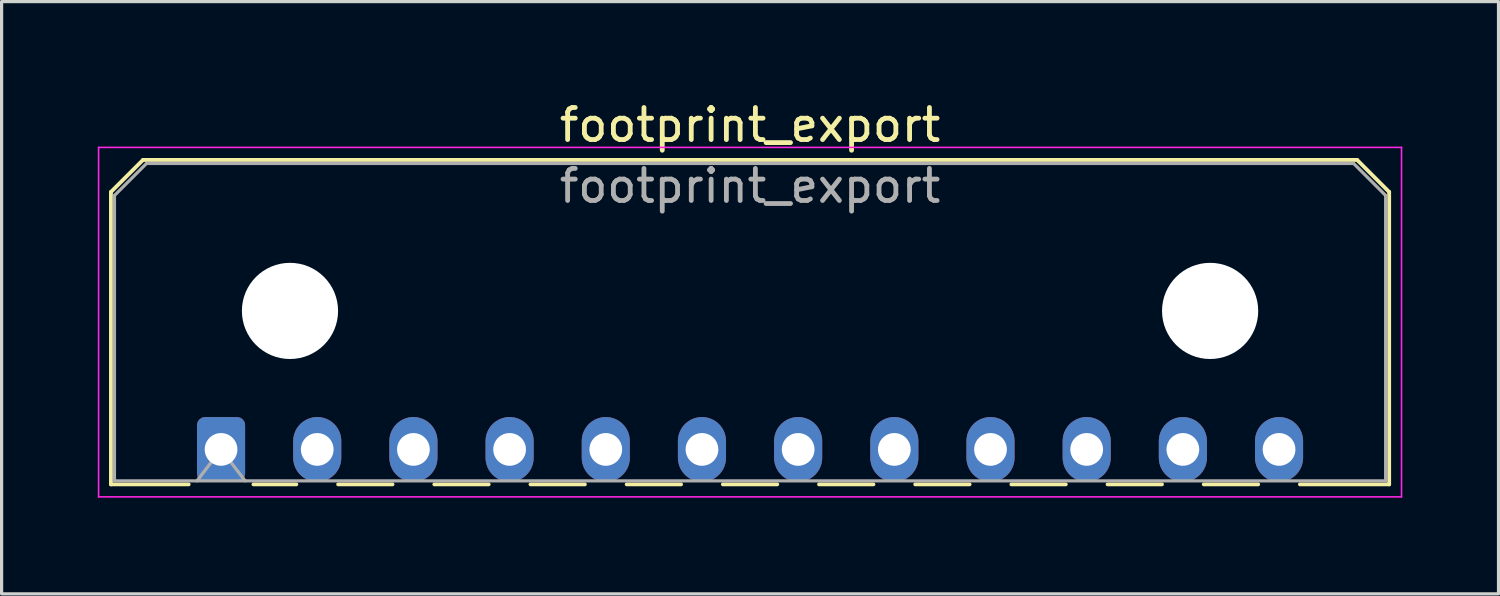
<source format=kicad_pcb>
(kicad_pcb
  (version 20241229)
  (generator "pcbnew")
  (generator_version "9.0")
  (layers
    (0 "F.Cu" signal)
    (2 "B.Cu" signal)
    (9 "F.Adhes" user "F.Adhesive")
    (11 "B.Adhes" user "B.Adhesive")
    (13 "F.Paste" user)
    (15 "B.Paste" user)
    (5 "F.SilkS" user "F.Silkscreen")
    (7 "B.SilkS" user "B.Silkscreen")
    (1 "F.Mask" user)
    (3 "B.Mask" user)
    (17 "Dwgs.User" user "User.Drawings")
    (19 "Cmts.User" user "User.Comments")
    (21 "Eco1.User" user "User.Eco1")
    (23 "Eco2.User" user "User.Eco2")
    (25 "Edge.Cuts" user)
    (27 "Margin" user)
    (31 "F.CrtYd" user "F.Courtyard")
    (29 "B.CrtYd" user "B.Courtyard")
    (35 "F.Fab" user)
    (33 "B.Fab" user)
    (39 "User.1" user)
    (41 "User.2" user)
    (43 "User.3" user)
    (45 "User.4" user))
  (footprint "footprint_export"
    (layer "F.Cu")
    (at 3.845 10.968)
    (property "Reference" "footprint_export" (at 16.5 -10.12 0) (layer "F.SilkS") (effects (font (size 1 1) (thickness 0.15))))
    (attr through_hole)
    (fp_line (start -3.435 -8.03) (end -2.435 -9.03) (stroke (width 0.12) (type solid)) (layer "F.SilkS"))
    (fp_line (start -3.435 1.09) (end -3.435 -8.03) (stroke (width 0.12) (type solid)) (layer "F.SilkS"))
    (fp_line (start -3.435 1.09) (end -1.01 1.09) (stroke (width 0.12) (type solid)) (layer "F.SilkS"))
    (fp_line (start -2.435 -9.03) (end 35.435 -9.03) (stroke (width 0.12) (type solid)) (layer "F.SilkS"))
    (fp_line (start 1.01 1.09) (end 2.348 1.09) (stroke (width 0.12) (type solid)) (layer "F.SilkS"))
    (fp_line (start 3.652 1.09) (end 5.348 1.09) (stroke (width 0.12) (type solid)) (layer "F.SilkS"))
    (fp_line (start 6.652 1.09) (end 8.348 1.09) (stroke (width 0.12) (type solid)) (layer "F.SilkS"))
    (fp_line (start 9.652 1.09) (end 11.348 1.09) (stroke (width 0.12) (type solid)) (layer "F.SilkS"))
    (fp_line (start 12.652 1.09) (end 14.348 1.09) (stroke (width 0.12) (type solid)) (layer "F.SilkS"))
    (fp_line (start 15.652 1.09) (end 17.348 1.09) (stroke (width 0.12) (type solid)) (layer "F.SilkS"))
    (fp_line (start 18.652 1.09) (end 20.348 1.09) (stroke (width 0.12) (type solid)) (layer "F.SilkS"))
    (fp_line (start 21.652 1.09) (end 23.348 1.09) (stroke (width 0.12) (type solid)) (layer "F.SilkS"))
    (fp_line (start 24.652 1.09) (end 26.348 1.09) (stroke (width 0.12) (type solid)) (layer "F.SilkS"))
    (fp_line (start 27.652 1.09) (end 29.348 1.09) (stroke (width 0.12) (type solid)) (layer "F.SilkS"))
    (fp_line (start 30.652 1.09) (end 32.348 1.09) (stroke (width 0.12) (type solid)) (layer "F.SilkS"))
    (fp_line (start 35.435 -9.03) (end 36.435 -8.03) (stroke (width 0.12) (type solid)) (layer "F.SilkS"))
    (fp_line (start 36.435 -8.03) (end 36.435 1.09) (stroke (width 0.12) (type solid)) (layer "F.SilkS"))
    (fp_line (start 36.435 1.09) (end 33.652 1.09) (stroke (width 0.12) (type solid)) (layer "F.SilkS"))
    (fp_line (start -3.82 -9.42) (end 36.82 -9.42) (stroke (width 0.05) (type solid)) (layer "F.CrtYd"))
    (fp_line (start -3.82 1.48) (end -3.82 -9.42) (stroke (width 0.05) (type solid)) (layer "F.CrtYd"))
    (fp_line (start 36.82 -9.42) (end 36.82 1.48) (stroke (width 0.05) (type solid)) (layer "F.CrtYd"))
    (fp_line (start 36.82 1.48) (end -3.82 1.48) (stroke (width 0.05) (type solid)) (layer "F.CrtYd"))
    (fp_line (start -3.325 -7.92) (end -2.325 -8.92) (stroke (width 0.1) (type solid)) (layer "F.Fab"))
    (fp_line (start -3.325 0.98) (end -3.325 -7.92) (stroke (width 0.1) (type solid)) (layer "F.Fab"))
    (fp_line (start -2.325 -8.92) (end 35.325 -8.92) (stroke (width 0.1) (type solid)) (layer "F.Fab"))
    (fp_line (start -0.75 0.98) (end 0 0) (stroke (width 0.1) (type solid)) (layer "F.Fab"))
    (fp_line (start 0 0) (end 0.75 0.98) (stroke (width 0.1) (type solid)) (layer "F.Fab"))
    (fp_line (start 35.325 -8.92) (end 36.325 -7.92) (stroke (width 0.1) (type solid)) (layer "F.Fab"))
    (fp_line (start 36.325 -7.92) (end 36.325 0.98) (stroke (width 0.1) (type solid)) (layer "F.Fab"))
    (fp_line (start 36.325 0.98) (end -3.325 0.98) (stroke (width 0.1) (type solid)) (layer "F.Fab"))
    (fp_text user "${REFERENCE}" (at 16.5 -8.22 0) (layer "F.Fab") (effects (font (size 1 1) (thickness 0.15))))
    (pad "" np_thru_hole circle (at 2.15 -4.32) (size 3 3) (drill 3) (layers "*.Cu" "*.Mask"))
    (pad "" np_thru_hole circle (at 30.85 -4.32) (size 3 3) (drill 3) (layers "*.Cu" "*.Mask"))
    (pad "1" thru_hole roundrect (at 0 0) (size 1.5 2.02) (drill 1.02) (layers "*.Cu" "*.Mask") (roundrect_rratio 0.167))
    (pad "2" thru_hole oval (at 3 0) (size 1.5 2.02) (drill 1.02) (layers "*.Cu" "*.Mask"))
    (pad "3" thru_hole oval (at 6 0) (size 1.5 2.02) (drill 1.02) (layers "*.Cu" "*.Mask"))
    (pad "4" thru_hole oval (at 9 0) (size 1.5 2.02) (drill 1.02) (layers "*.Cu" "*.Mask"))
    (pad "5" thru_hole oval (at 12 0) (size 1.5 2.02) (drill 1.02) (layers "*.Cu" "*.Mask"))
    (pad "6" thru_hole oval (at 15 0) (size 1.5 2.02) (drill 1.02) (layers "*.Cu" "*.Mask"))
    (pad "7" thru_hole oval (at 18 0) (size 1.5 2.02) (drill 1.02) (layers "*.Cu" "*.Mask"))
    (pad "8" thru_hole oval (at 21 0) (size 1.5 2.02) (drill 1.02) (layers "*.Cu" "*.Mask"))
    (pad "9" thru_hole oval (at 24 0) (size 1.5 2.02) (drill 1.02) (layers "*.Cu" "*.Mask"))
    (pad "10" thru_hole oval (at 27 0) (size 1.5 2.02) (drill 1.02) (layers "*.Cu" "*.Mask"))
    (pad "11" thru_hole oval (at 30 0) (size 1.5 2.02) (drill 1.02) (layers "*.Cu" "*.Mask"))
    (pad "12" thru_hole oval (at 33 0) (size 1.5 2.02) (drill 1.02) (layers "*.Cu" "*.Mask")))
  (gr_rect
    (start -3 -3)
    (end 43.69 15.473)
    (stroke (width 0.1) (type default))
    (fill no)
    (layer "Edge.Cuts")))
</source>
